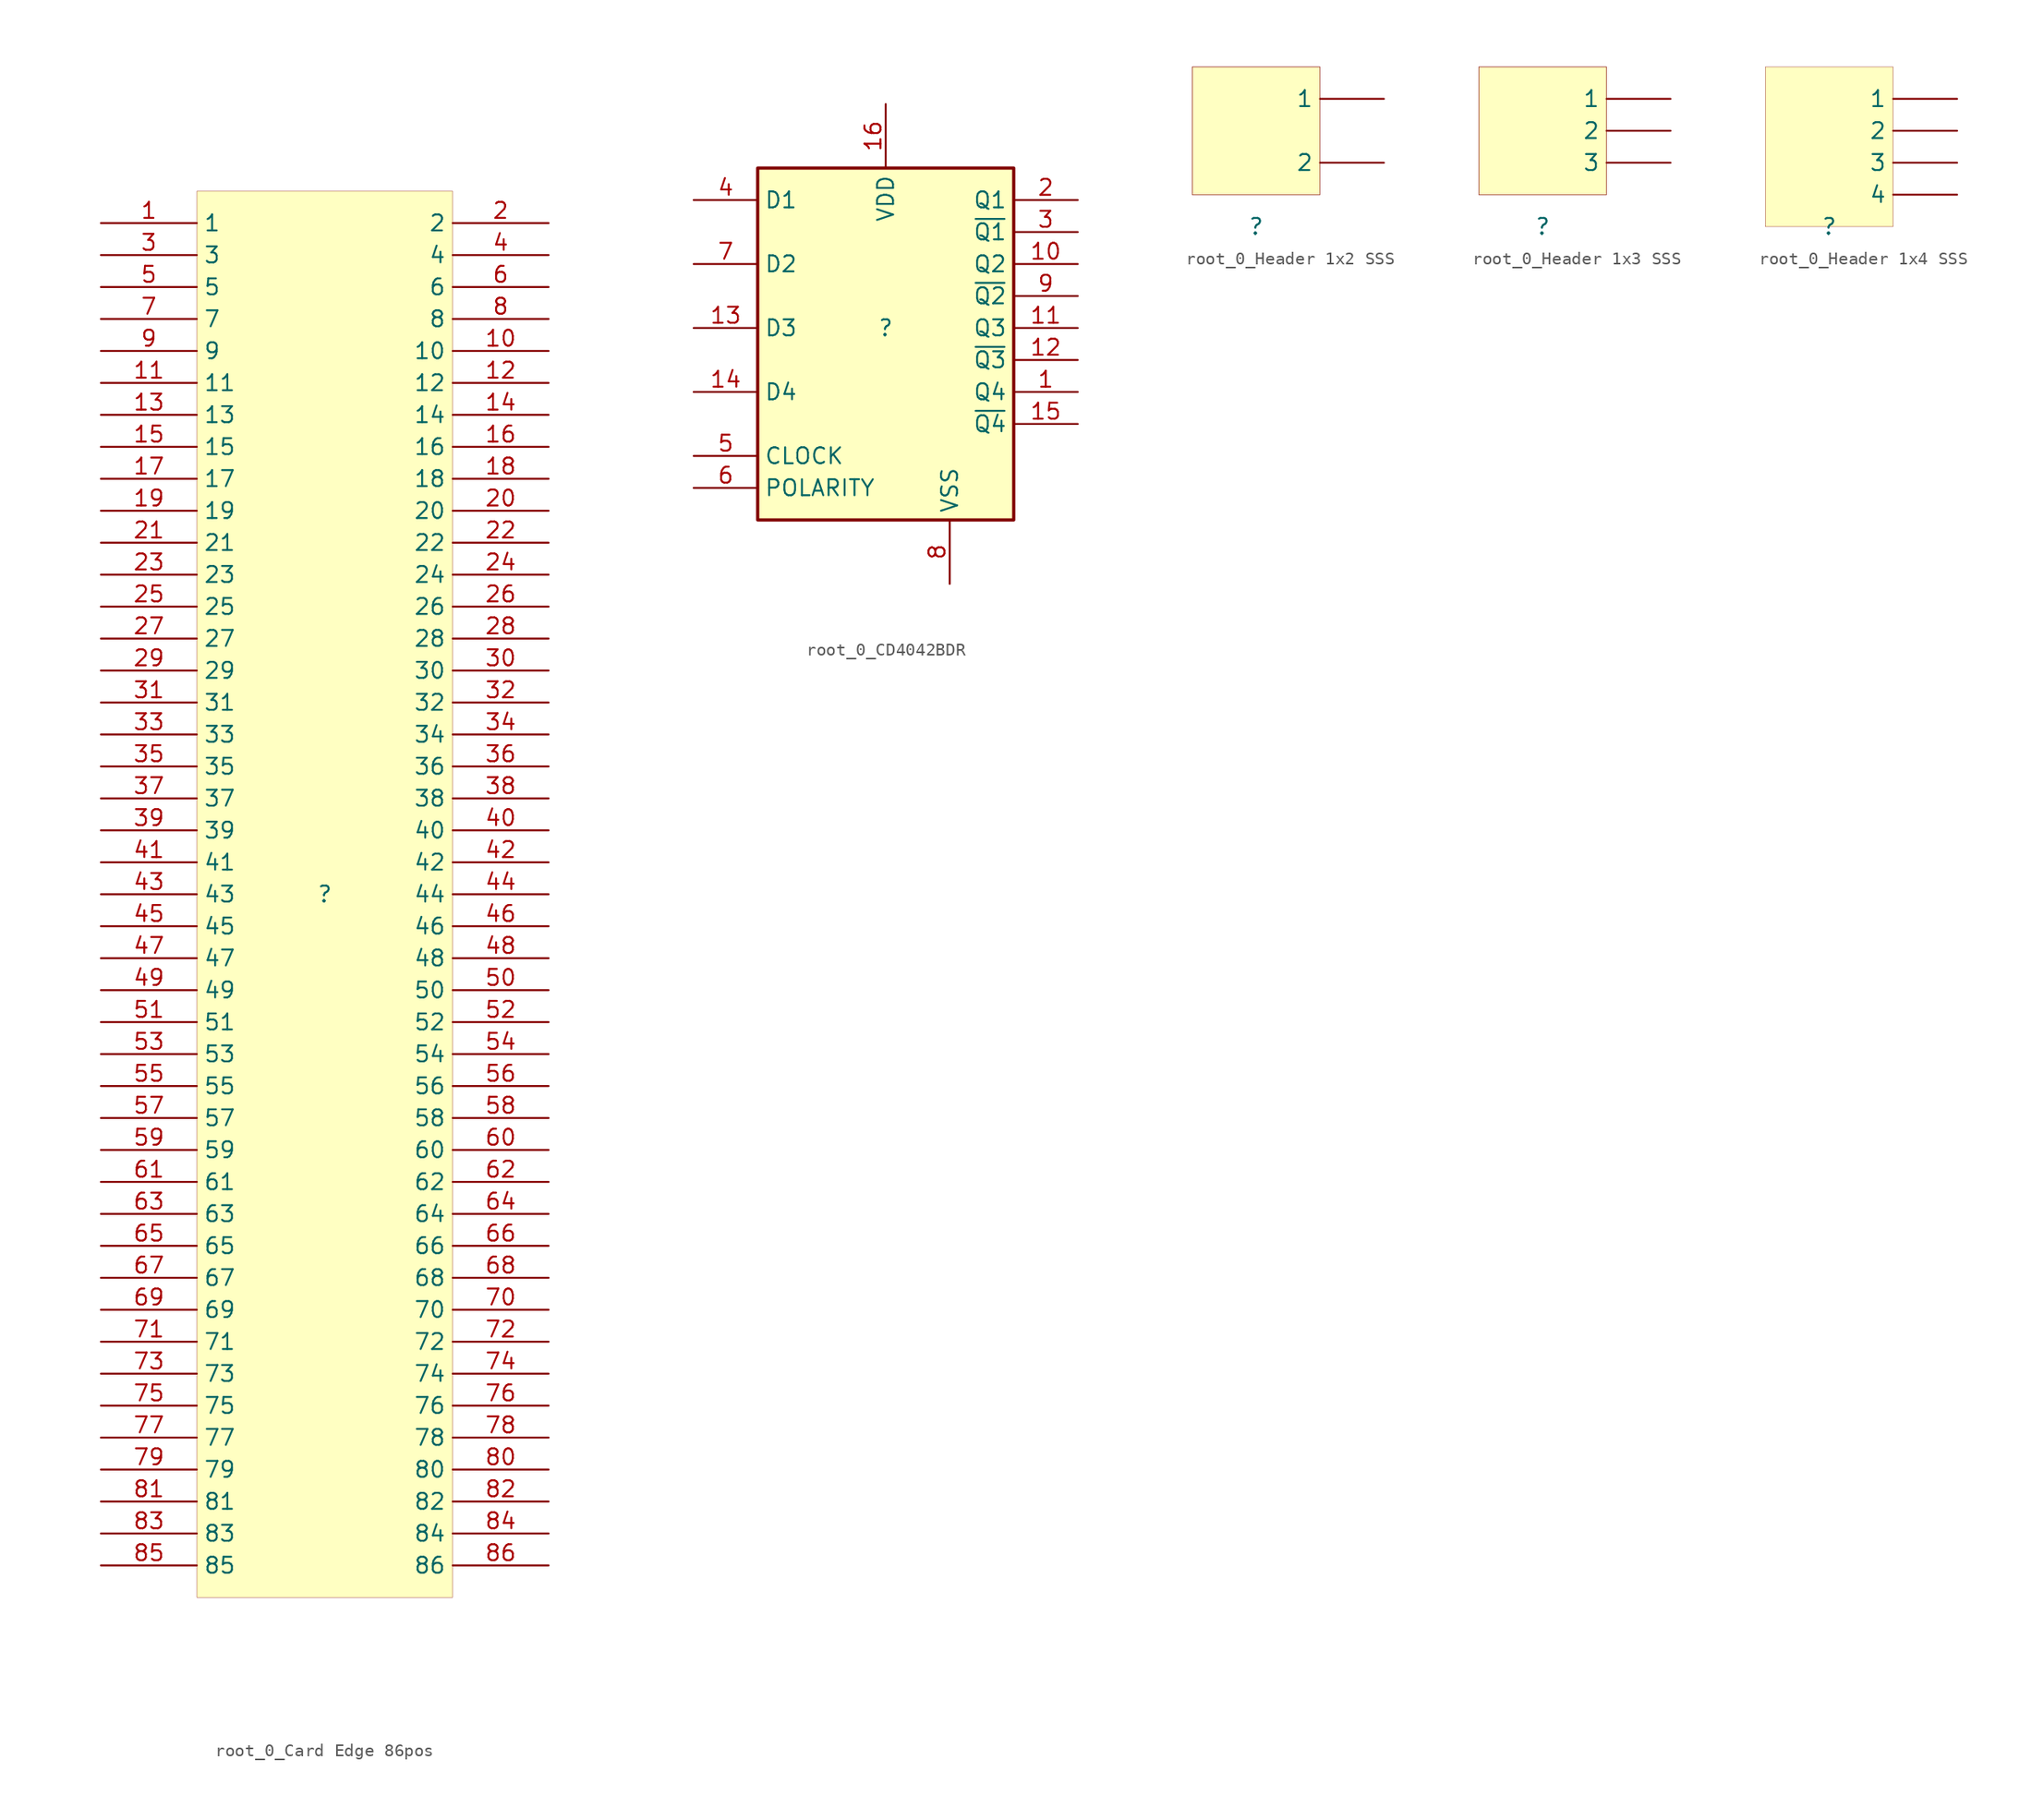
<source format=kicad_sym>
(kicad_symbol_lib
  (version 20231120)
  (generator "kicad_symbol_editor")
  (generator_version "7.99")
  (symbol "root_0_Card Edge 86pos"
    (property "Reference" ""
      (at 0 0 0)
      (effects (font (size 1.27 1.27))))
    (property "Value" ""
      (at 0 0 0)
      (effects (font (size 1.27 1.27))))
    (symbol "root_0_Card Edge 86pos_1_0"
      (rectangle (start 10.16 55.88) (end -10.16 -55.88) (stroke (width 0.025) (type solid) (color 128 0 0 1)) (fill (type background)))
      (pin passive line (at -17.78 53.34 0) (length 7.62) (name "1" (effects (font (size 1.27 1.27)))) (number "1" (effects (font (size 1.27 1.27)))))
      (pin passive line (at 17.78 43.18 180) (length 7.62) (name "10" (effects (font (size 1.27 1.27)))) (number "10" (effects (font (size 1.27 1.27)))))
      (pin passive line (at -17.78 40.64 0) (length 7.62) (name "11" (effects (font (size 1.27 1.27)))) (number "11" (effects (font (size 1.27 1.27)))))
      (pin passive line (at 17.78 40.64 180) (length 7.62) (name "12" (effects (font (size 1.27 1.27)))) (number "12" (effects (font (size 1.27 1.27)))))
      (pin passive line (at -17.78 38.1 0) (length 7.62) (name "13" (effects (font (size 1.27 1.27)))) (number "13" (effects (font (size 1.27 1.27)))))
      (pin passive line (at 17.78 38.1 180) (length 7.62) (name "14" (effects (font (size 1.27 1.27)))) (number "14" (effects (font (size 1.27 1.27)))))
      (pin passive line (at -17.78 35.56 0) (length 7.62) (name "15" (effects (font (size 1.27 1.27)))) (number "15" (effects (font (size 1.27 1.27)))))
      (pin passive line (at 17.78 35.56 180) (length 7.62) (name "16" (effects (font (size 1.27 1.27)))) (number "16" (effects (font (size 1.27 1.27)))))
      (pin passive line (at -17.78 33.02 0) (length 7.62) (name "17" (effects (font (size 1.27 1.27)))) (number "17" (effects (font (size 1.27 1.27)))))
      (pin passive line (at 17.78 33.02 180) (length 7.62) (name "18" (effects (font (size 1.27 1.27)))) (number "18" (effects (font (size 1.27 1.27)))))
      (pin passive line (at -17.78 30.48 0) (length 7.62) (name "19" (effects (font (size 1.27 1.27)))) (number "19" (effects (font (size 1.27 1.27)))))
      (pin passive line (at 17.78 53.34 180) (length 7.62) (name "2" (effects (font (size 1.27 1.27)))) (number "2" (effects (font (size 1.27 1.27)))))
      (pin passive line (at 17.78 30.48 180) (length 7.62) (name "20" (effects (font (size 1.27 1.27)))) (number "20" (effects (font (size 1.27 1.27)))))
      (pin passive line (at -17.78 27.94 0) (length 7.62) (name "21" (effects (font (size 1.27 1.27)))) (number "21" (effects (font (size 1.27 1.27)))))
      (pin passive line (at 17.78 27.94 180) (length 7.62) (name "22" (effects (font (size 1.27 1.27)))) (number "22" (effects (font (size 1.27 1.27)))))
      (pin passive line (at -17.78 25.4 0) (length 7.62) (name "23" (effects (font (size 1.27 1.27)))) (number "23" (effects (font (size 1.27 1.27)))))
      (pin passive line (at 17.78 25.4 180) (length 7.62) (name "24" (effects (font (size 1.27 1.27)))) (number "24" (effects (font (size 1.27 1.27)))))
      (pin passive line (at -17.78 22.86 0) (length 7.62) (name "25" (effects (font (size 1.27 1.27)))) (number "25" (effects (font (size 1.27 1.27)))))
      (pin passive line (at 17.78 22.86 180) (length 7.62) (name "26" (effects (font (size 1.27 1.27)))) (number "26" (effects (font (size 1.27 1.27)))))
      (pin passive line (at -17.78 20.32 0) (length 7.62) (name "27" (effects (font (size 1.27 1.27)))) (number "27" (effects (font (size 1.27 1.27)))))
      (pin passive line (at 17.78 20.32 180) (length 7.62) (name "28" (effects (font (size 1.27 1.27)))) (number "28" (effects (font (size 1.27 1.27)))))
      (pin passive line (at -17.78 17.78 0) (length 7.62) (name "29" (effects (font (size 1.27 1.27)))) (number "29" (effects (font (size 1.27 1.27)))))
      (pin passive line (at -17.78 50.8 0) (length 7.62) (name "3" (effects (font (size 1.27 1.27)))) (number "3" (effects (font (size 1.27 1.27)))))
      (pin passive line (at 17.78 17.78 180) (length 7.62) (name "30" (effects (font (size 1.27 1.27)))) (number "30" (effects (font (size 1.27 1.27)))))
      (pin passive line (at -17.78 15.24 0) (length 7.62) (name "31" (effects (font (size 1.27 1.27)))) (number "31" (effects (font (size 1.27 1.27)))))
      (pin passive line (at 17.78 15.24 180) (length 7.62) (name "32" (effects (font (size 1.27 1.27)))) (number "32" (effects (font (size 1.27 1.27)))))
      (pin passive line (at -17.78 12.7 0) (length 7.62) (name "33" (effects (font (size 1.27 1.27)))) (number "33" (effects (font (size 1.27 1.27)))))
      (pin passive line (at 17.78 12.7 180) (length 7.62) (name "34" (effects (font (size 1.27 1.27)))) (number "34" (effects (font (size 1.27 1.27)))))
      (pin passive line (at -17.78 10.16 0) (length 7.62) (name "35" (effects (font (size 1.27 1.27)))) (number "35" (effects (font (size 1.27 1.27)))))
      (pin passive line (at 17.78 10.16 180) (length 7.62) (name "36" (effects (font (size 1.27 1.27)))) (number "36" (effects (font (size 1.27 1.27)))))
      (pin passive line (at -17.78 7.62 0) (length 7.62) (name "37" (effects (font (size 1.27 1.27)))) (number "37" (effects (font (size 1.27 1.27)))))
      (pin passive line (at 17.78 7.62 180) (length 7.62) (name "38" (effects (font (size 1.27 1.27)))) (number "38" (effects (font (size 1.27 1.27)))))
      (pin passive line (at -17.78 5.08 0) (length 7.62) (name "39" (effects (font (size 1.27 1.27)))) (number "39" (effects (font (size 1.27 1.27)))))
      (pin passive line (at 17.78 50.8 180) (length 7.62) (name "4" (effects (font (size 1.27 1.27)))) (number "4" (effects (font (size 1.27 1.27)))))
      (pin passive line (at 17.78 5.08 180) (length 7.62) (name "40" (effects (font (size 1.27 1.27)))) (number "40" (effects (font (size 1.27 1.27)))))
      (pin passive line (at -17.78 2.54 0) (length 7.62) (name "41" (effects (font (size 1.27 1.27)))) (number "41" (effects (font (size 1.27 1.27)))))
      (pin passive line (at 17.78 2.54 180) (length 7.62) (name "42" (effects (font (size 1.27 1.27)))) (number "42" (effects (font (size 1.27 1.27)))))
      (pin passive line (at -17.78 0 0) (length 7.62) (name "43" (effects (font (size 1.27 1.27)))) (number "43" (effects (font (size 1.27 1.27)))))
      (pin passive line (at 17.78 0 180) (length 7.62) (name "44" (effects (font (size 1.27 1.27)))) (number "44" (effects (font (size 1.27 1.27)))))
      (pin passive line (at -17.78 -2.54 0) (length 7.62) (name "45" (effects (font (size 1.27 1.27)))) (number "45" (effects (font (size 1.27 1.27)))))
      (pin passive line (at 17.78 -2.54 180) (length 7.62) (name "46" (effects (font (size 1.27 1.27)))) (number "46" (effects (font (size 1.27 1.27)))))
      (pin passive line (at -17.78 -5.08 0) (length 7.62) (name "47" (effects (font (size 1.27 1.27)))) (number "47" (effects (font (size 1.27 1.27)))))
      (pin passive line (at 17.78 -5.08 180) (length 7.62) (name "48" (effects (font (size 1.27 1.27)))) (number "48" (effects (font (size 1.27 1.27)))))
      (pin passive line (at -17.78 -7.62 0) (length 7.62) (name "49" (effects (font (size 1.27 1.27)))) (number "49" (effects (font (size 1.27 1.27)))))
      (pin passive line (at -17.78 48.26 0) (length 7.62) (name "5" (effects (font (size 1.27 1.27)))) (number "5" (effects (font (size 1.27 1.27)))))
      (pin passive line (at 17.78 -7.62 180) (length 7.62) (name "50" (effects (font (size 1.27 1.27)))) (number "50" (effects (font (size 1.27 1.27)))))
      (pin passive line (at -17.78 -10.16 0) (length 7.62) (name "51" (effects (font (size 1.27 1.27)))) (number "51" (effects (font (size 1.27 1.27)))))
      (pin passive line (at 17.78 -10.16 180) (length 7.62) (name "52" (effects (font (size 1.27 1.27)))) (number "52" (effects (font (size 1.27 1.27)))))
      (pin passive line (at -17.78 -12.7 0) (length 7.62) (name "53" (effects (font (size 1.27 1.27)))) (number "53" (effects (font (size 1.27 1.27)))))
      (pin passive line (at 17.78 -12.7 180) (length 7.62) (name "54" (effects (font (size 1.27 1.27)))) (number "54" (effects (font (size 1.27 1.27)))))
      (pin passive line (at -17.78 -15.24 0) (length 7.62) (name "55" (effects (font (size 1.27 1.27)))) (number "55" (effects (font (size 1.27 1.27)))))
      (pin passive line (at 17.78 -15.24 180) (length 7.62) (name "56" (effects (font (size 1.27 1.27)))) (number "56" (effects (font (size 1.27 1.27)))))
      (pin passive line (at -17.78 -17.78 0) (length 7.62) (name "57" (effects (font (size 1.27 1.27)))) (number "57" (effects (font (size 1.27 1.27)))))
      (pin passive line (at 17.78 -17.78 180) (length 7.62) (name "58" (effects (font (size 1.27 1.27)))) (number "58" (effects (font (size 1.27 1.27)))))
      (pin passive line (at -17.78 -20.32 0) (length 7.62) (name "59" (effects (font (size 1.27 1.27)))) (number "59" (effects (font (size 1.27 1.27)))))
      (pin passive line (at 17.78 48.26 180) (length 7.62) (name "6" (effects (font (size 1.27 1.27)))) (number "6" (effects (font (size 1.27 1.27)))))
      (pin passive line (at 17.78 -20.32 180) (length 7.62) (name "60" (effects (font (size 1.27 1.27)))) (number "60" (effects (font (size 1.27 1.27)))))
      (pin passive line (at -17.78 -22.86 0) (length 7.62) (name "61" (effects (font (size 1.27 1.27)))) (number "61" (effects (font (size 1.27 1.27)))))
      (pin passive line (at 17.78 -22.86 180) (length 7.62) (name "62" (effects (font (size 1.27 1.27)))) (number "62" (effects (font (size 1.27 1.27)))))
      (pin passive line (at -17.78 -25.4 0) (length 7.62) (name "63" (effects (font (size 1.27 1.27)))) (number "63" (effects (font (size 1.27 1.27)))))
      (pin passive line (at 17.78 -25.4 180) (length 7.62) (name "64" (effects (font (size 1.27 1.27)))) (number "64" (effects (font (size 1.27 1.27)))))
      (pin passive line (at -17.78 -27.94 0) (length 7.62) (name "65" (effects (font (size 1.27 1.27)))) (number "65" (effects (font (size 1.27 1.27)))))
      (pin passive line (at 17.78 -27.94 180) (length 7.62) (name "66" (effects (font (size 1.27 1.27)))) (number "66" (effects (font (size 1.27 1.27)))))
      (pin passive line (at -17.78 -30.48 0) (length 7.62) (name "67" (effects (font (size 1.27 1.27)))) (number "67" (effects (font (size 1.27 1.27)))))
      (pin passive line (at 17.78 -30.48 180) (length 7.62) (name "68" (effects (font (size 1.27 1.27)))) (number "68" (effects (font (size 1.27 1.27)))))
      (pin passive line (at -17.78 -33.02 0) (length 7.62) (name "69" (effects (font (size 1.27 1.27)))) (number "69" (effects (font (size 1.27 1.27)))))
      (pin passive line (at -17.78 45.72 0) (length 7.62) (name "7" (effects (font (size 1.27 1.27)))) (number "7" (effects (font (size 1.27 1.27)))))
      (pin passive line (at 17.78 -33.02 180) (length 7.62) (name "70" (effects (font (size 1.27 1.27)))) (number "70" (effects (font (size 1.27 1.27)))))
      (pin passive line (at -17.78 -35.56 0) (length 7.62) (name "71" (effects (font (size 1.27 1.27)))) (number "71" (effects (font (size 1.27 1.27)))))
      (pin passive line (at 17.78 -35.56 180) (length 7.62) (name "72" (effects (font (size 1.27 1.27)))) (number "72" (effects (font (size 1.27 1.27)))))
      (pin passive line (at -17.78 -38.1 0) (length 7.62) (name "73" (effects (font (size 1.27 1.27)))) (number "73" (effects (font (size 1.27 1.27)))))
      (pin passive line (at 17.78 -38.1 180) (length 7.62) (name "74" (effects (font (size 1.27 1.27)))) (number "74" (effects (font (size 1.27 1.27)))))
      (pin passive line (at -17.78 -40.64 0) (length 7.62) (name "75" (effects (font (size 1.27 1.27)))) (number "75" (effects (font (size 1.27 1.27)))))
      (pin passive line (at 17.78 -40.64 180) (length 7.62) (name "76" (effects (font (size 1.27 1.27)))) (number "76" (effects (font (size 1.27 1.27)))))
      (pin passive line (at -17.78 -43.18 0) (length 7.62) (name "77" (effects (font (size 1.27 1.27)))) (number "77" (effects (font (size 1.27 1.27)))))
      (pin passive line (at 17.78 -43.18 180) (length 7.62) (name "78" (effects (font (size 1.27 1.27)))) (number "78" (effects (font (size 1.27 1.27)))))
      (pin passive line (at -17.78 -45.72 0) (length 7.62) (name "79" (effects (font (size 1.27 1.27)))) (number "79" (effects (font (size 1.27 1.27)))))
      (pin passive line (at 17.78 45.72 180) (length 7.62) (name "8" (effects (font (size 1.27 1.27)))) (number "8" (effects (font (size 1.27 1.27)))))
      (pin passive line (at 17.78 -45.72 180) (length 7.62) (name "80" (effects (font (size 1.27 1.27)))) (number "80" (effects (font (size 1.27 1.27)))))
      (pin passive line (at -17.78 -48.26 0) (length 7.62) (name "81" (effects (font (size 1.27 1.27)))) (number "81" (effects (font (size 1.27 1.27)))))
      (pin passive line (at 17.78 -48.26 180) (length 7.62) (name "82" (effects (font (size 1.27 1.27)))) (number "82" (effects (font (size 1.27 1.27)))))
      (pin passive line (at -17.78 -50.8 0) (length 7.62) (name "83" (effects (font (size 1.27 1.27)))) (number "83" (effects (font (size 1.27 1.27)))))
      (pin passive line (at 17.78 -50.8 180) (length 7.62) (name "84" (effects (font (size 1.27 1.27)))) (number "84" (effects (font (size 1.27 1.27)))))
      (pin passive line (at -17.78 -53.34 0) (length 7.62) (name "85" (effects (font (size 1.27 1.27)))) (number "85" (effects (font (size 1.27 1.27)))))
      (pin passive line (at 17.78 -53.34 180) (length 7.62) (name "86" (effects (font (size 1.27 1.27)))) (number "86" (effects (font (size 1.27 1.27)))))
      (pin passive line (at -17.78 43.18 0) (length 7.62) (name "9" (effects (font (size 1.27 1.27)))) (number "9" (effects (font (size 1.27 1.27)))))))
  (symbol "root_0_CD4042BDR"
    (property "Reference" ""
      (at 0 0 0)
      (effects (font (size 1.27 1.27))))
    (property "Value" ""
      (at 0 0 0)
      (effects (font (size 1.27 1.27))))
    (symbol "root_0_CD4042BDR_1_0"
      (rectangle (start 10.16 12.7) (end -10.16 -15.24) (stroke (width 0.254) (type solid) (color 128 0 0 1)) (fill (type background)))
      (pin passive line (at 15.24 -5.08 180) (length 5.08) (name "Q4" (effects (font (size 1.27 1.27)))) (number "1" (effects (font (size 1.27 1.27)))))
      (pin passive line (at 15.24 5.08 180) (length 5.08) (name "Q2" (effects (font (size 1.27 1.27)))) (number "10" (effects (font (size 1.27 1.27)))))
      (pin passive line (at 15.24 0 180) (length 5.08) (name "Q3" (effects (font (size 1.27 1.27)))) (number "11" (effects (font (size 1.27 1.27)))))
      (pin passive line (at 15.24 -2.54 180) (length 5.08) (name "~{Q3}" (effects (font (size 1.27 1.27)))) (number "12" (effects (font (size 1.27 1.27)))))
      (pin passive line (at -15.24 0 0) (length 5.08) (name "D3" (effects (font (size 1.27 1.27)))) (number "13" (effects (font (size 1.27 1.27)))))
      (pin passive line (at -15.24 -5.08 0) (length 5.08) (name "D4" (effects (font (size 1.27 1.27)))) (number "14" (effects (font (size 1.27 1.27)))))
      (pin passive line (at 15.24 -7.62 180) (length 5.08) (name "~{Q4}" (effects (font (size 1.27 1.27)))) (number "15" (effects (font (size 1.27 1.27)))))
      (pin passive line (at 0 17.78 270) (length 5.08) (name "VDD" (effects (font (size 1.27 1.27)))) (number "16" (effects (font (size 1.27 1.27)))))
      (pin passive line (at 15.24 10.16 180) (length 5.08) (name "Q1" (effects (font (size 1.27 1.27)))) (number "2" (effects (font (size 1.27 1.27)))))
      (pin passive line (at 15.24 7.62 180) (length 5.08) (name "~{Q1}" (effects (font (size 1.27 1.27)))) (number "3" (effects (font (size 1.27 1.27)))))
      (pin passive line (at -15.24 10.16 0) (length 5.08) (name "D1" (effects (font (size 1.27 1.27)))) (number "4" (effects (font (size 1.27 1.27)))))
      (pin passive line (at -15.24 -10.16 0) (length 5.08) (name "CLOCK" (effects (font (size 1.27 1.27)))) (number "5" (effects (font (size 1.27 1.27)))))
      (pin passive line (at -15.24 -12.7 0) (length 5.08) (name "POLARITY" (effects (font (size 1.27 1.27)))) (number "6" (effects (font (size 1.27 1.27)))))
      (pin passive line (at -15.24 5.08 0) (length 5.08) (name "D2" (effects (font (size 1.27 1.27)))) (number "7" (effects (font (size 1.27 1.27)))))
      (pin passive line (at 5.08 -20.32 90) (length 5.08) (name "VSS" (effects (font (size 1.27 1.27)))) (number "8" (effects (font (size 1.27 1.27)))))
      (pin passive line (at 15.24 2.54 180) (length 5.08) (name "~{Q2}" (effects (font (size 1.27 1.27)))) (number "9" (effects (font (size 1.27 1.27)))))))
  (symbol "root_0_Header 1x2 SSS"
    (property "Reference" ""
      (at 0 0 0)
      (effects (font (size 1.27 1.27))))
    (property "Value" ""
      (at 0 0 0)
      (effects (font (size 1.27 1.27))))
    (symbol "root_0_Header 1x2 SSS_1_0"
      (rectangle (start 5.08 12.7) (end -5.08 2.54) (stroke (width 0.025) (type solid) (color 128 0 0 1)) (fill (type background)))
      (rectangle (start 5.08 12.7) (end -5.08 2.54) (stroke (width 0.025) (type solid) (color 128 0 0 1)) (fill (type background)))
      (pin passive line (at 10.16 10.16 180) (length 5.08) (name "1" (effects (font (size 1.27 1.27)))) (number "1" (effects (font (size 0 0)))))
      (pin passive line (at 10.16 5.08 180) (length 5.08) (name "2" (effects (font (size 1.27 1.27)))) (number "2" (effects (font (size 0 0)))))))
  (symbol "root_0_Header 1x3 SSS"
    (property "Reference" ""
      (at 0 0 0)
      (effects (font (size 1.27 1.27))))
    (property "Value" ""
      (at 0 0 0)
      (effects (font (size 1.27 1.27))))
    (symbol "root_0_Header 1x3 SSS_1_0"
      (rectangle (start 5.08 12.7) (end -5.08 2.54) (stroke (width 0.025) (type solid) (color 128 0 0 1)) (fill (type background)))
      (rectangle (start 5.08 12.7) (end -5.08 2.54) (stroke (width 0.025) (type solid) (color 128 0 0 1)) (fill (type background)))
      (pin passive line (at 10.16 10.16 180) (length 5.08) (name "1" (effects (font (size 1.27 1.27)))) (number "1" (effects (font (size 0 0)))))
      (pin passive line (at 10.16 7.62 180) (length 5.08) (name "2" (effects (font (size 1.27 1.27)))) (number "2" (effects (font (size 0 0)))))
      (pin passive line (at 10.16 5.08 180) (length 5.08) (name "3" (effects (font (size 1.27 1.27)))) (number "3" (effects (font (size 0 0)))))))
  (symbol "root_0_Header 1x4 SSS"
    (property "Reference" ""
      (at 0 0 0)
      (effects (font (size 1.27 1.27))))
    (property "Value" ""
      (at 0 0 0)
      (effects (font (size 1.27 1.27))))
    (symbol "root_0_Header 1x4 SSS_1_0"
      (rectangle (start 5.08 12.7) (end -5.08 0) (stroke (width 0.025) (type solid) (color 128 0 0 1)) (fill (type background)))
      (pin passive line (at 10.16 10.16 180) (length 5.08) (name "1" (effects (font (size 1.27 1.27)))) (number "1" (effects (font (size 0 0)))))
      (pin passive line (at 10.16 7.62 180) (length 5.08) (name "2" (effects (font (size 1.27 1.27)))) (number "2" (effects (font (size 0 0)))))
      (pin passive line (at 10.16 5.08 180) (length 5.08) (name "3" (effects (font (size 1.27 1.27)))) (number "3" (effects (font (size 0 0)))))
      (pin passive line (at 10.16 2.54 180) (length 5.08) (name "4" (effects (font (size 1.27 1.27)))) (number "4" (effects (font (size 0 0))))))))
</source>
